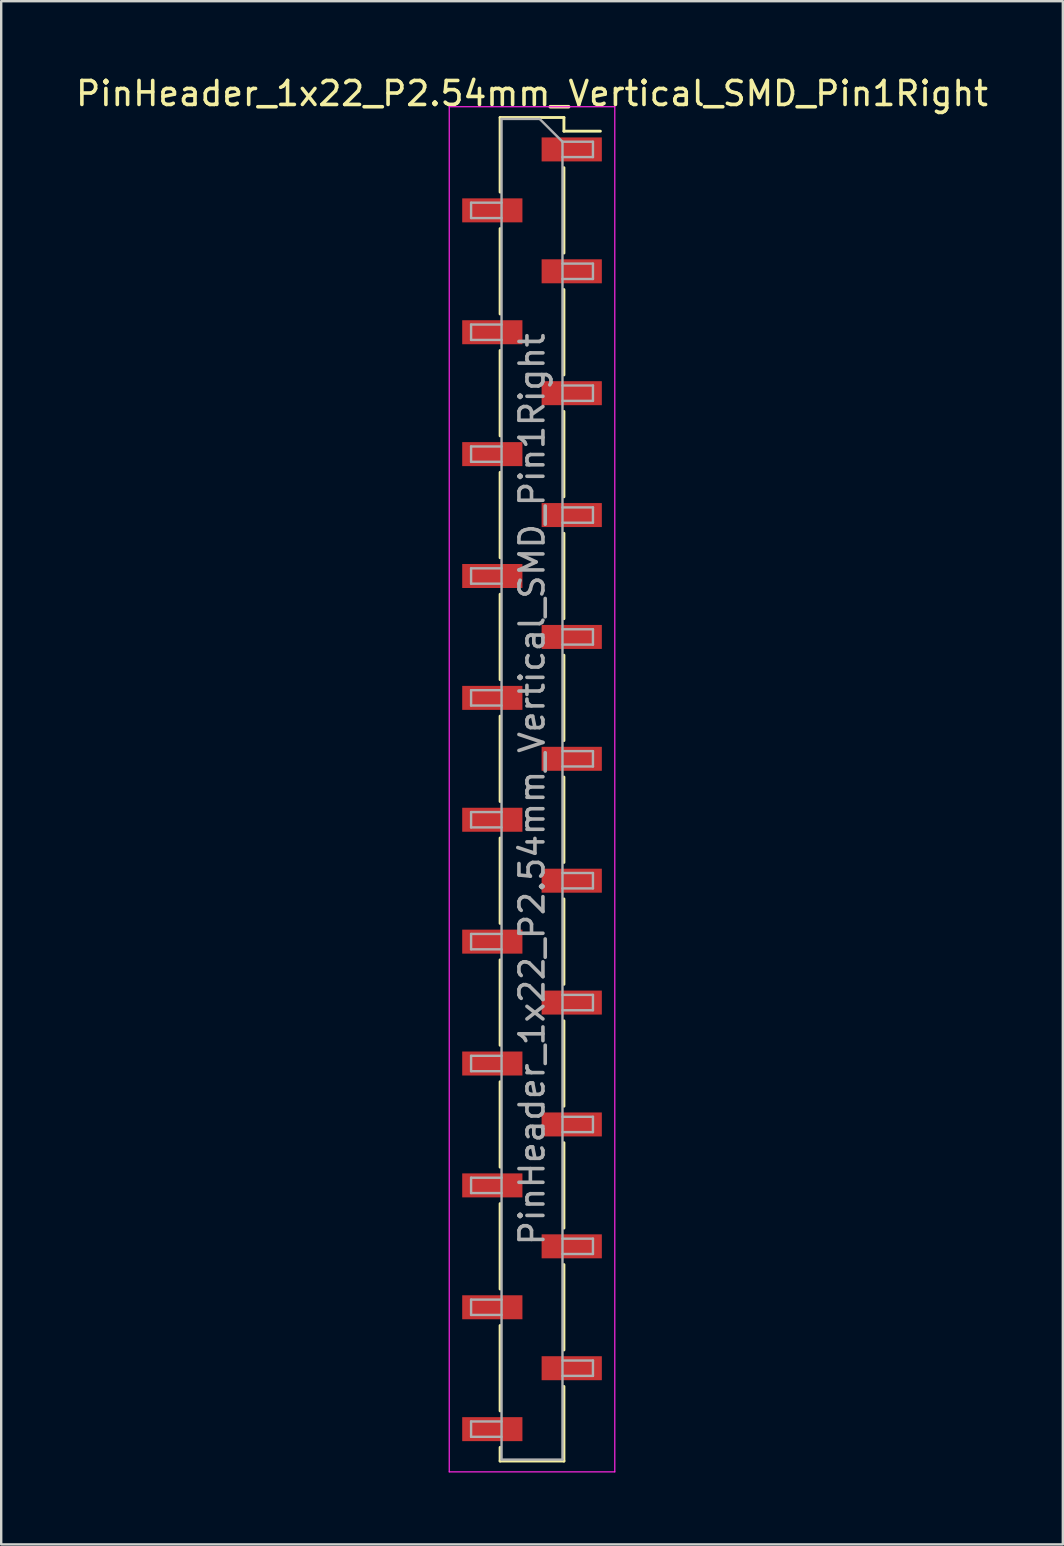
<source format=kicad_pcb>
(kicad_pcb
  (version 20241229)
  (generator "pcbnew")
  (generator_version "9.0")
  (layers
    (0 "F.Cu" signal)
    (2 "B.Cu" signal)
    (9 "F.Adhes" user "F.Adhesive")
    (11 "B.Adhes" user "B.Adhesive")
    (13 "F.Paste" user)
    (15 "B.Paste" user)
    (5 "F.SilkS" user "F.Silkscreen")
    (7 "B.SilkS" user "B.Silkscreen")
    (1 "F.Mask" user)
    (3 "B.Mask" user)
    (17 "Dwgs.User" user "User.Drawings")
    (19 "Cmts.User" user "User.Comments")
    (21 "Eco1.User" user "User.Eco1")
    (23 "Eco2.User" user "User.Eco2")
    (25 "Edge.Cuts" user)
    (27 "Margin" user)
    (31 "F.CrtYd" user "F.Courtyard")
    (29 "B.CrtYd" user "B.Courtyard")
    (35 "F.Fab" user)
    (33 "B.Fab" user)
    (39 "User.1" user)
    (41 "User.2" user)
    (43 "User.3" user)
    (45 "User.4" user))
  (footprint "PinHeader_1x22_P2.54mm_Vertical_SMD_Pin1Right"
    (layer "F.Cu")
    (at 19.125 29.848)
    (property "Reference" "PinHeader_1x22_P2.54mm_Vertical_SMD_Pin1Right" (at 0 -29 0) (layer "F.SilkS") (effects (font (size 1 1) (thickness 0.15))))
    (attr smd)
    (fp_line (start -1.33 -28) (end -1.33 -24.89) (stroke (width 0.12) (type solid)) (layer "F.SilkS"))
    (fp_line (start -1.33 -28) (end 1.33 -28) (stroke (width 0.12) (type solid)) (layer "F.SilkS"))
    (fp_line (start -1.33 -23.37) (end -1.33 -19.81) (stroke (width 0.12) (type solid)) (layer "F.SilkS"))
    (fp_line (start -1.33 -18.29) (end -1.33 -14.73) (stroke (width 0.12) (type solid)) (layer "F.SilkS"))
    (fp_line (start -1.33 -13.21) (end -1.33 -9.65) (stroke (width 0.12) (type solid)) (layer "F.SilkS"))
    (fp_line (start -1.33 -8.13) (end -1.33 -4.57) (stroke (width 0.12) (type solid)) (layer "F.SilkS"))
    (fp_line (start -1.33 -3.05) (end -1.33 0.51) (stroke (width 0.12) (type solid)) (layer "F.SilkS"))
    (fp_line (start -1.33 2.03) (end -1.33 5.59) (stroke (width 0.12) (type solid)) (layer "F.SilkS"))
    (fp_line (start -1.33 7.11) (end -1.33 10.67) (stroke (width 0.12) (type solid)) (layer "F.SilkS"))
    (fp_line (start -1.33 12.19) (end -1.33 15.75) (stroke (width 0.12) (type solid)) (layer "F.SilkS"))
    (fp_line (start -1.33 17.27) (end -1.33 20.83) (stroke (width 0.12) (type solid)) (layer "F.SilkS"))
    (fp_line (start -1.33 22.35) (end -1.33 25.91) (stroke (width 0.12) (type solid)) (layer "F.SilkS"))
    (fp_line (start -1.33 27.43) (end -1.33 28) (stroke (width 0.12) (type solid)) (layer "F.SilkS"))
    (fp_line (start -1.33 28) (end 1.33 28) (stroke (width 0.12) (type solid)) (layer "F.SilkS"))
    (fp_line (start 1.33 -28) (end 1.33 -27.43) (stroke (width 0.12) (type solid)) (layer "F.SilkS"))
    (fp_line (start 1.33 -27.43) (end 2.85 -27.43) (stroke (width 0.12) (type solid)) (layer "F.SilkS"))
    (fp_line (start 1.33 -25.91) (end 1.33 -22.35) (stroke (width 0.12) (type solid)) (layer "F.SilkS"))
    (fp_line (start 1.33 -20.83) (end 1.33 -17.27) (stroke (width 0.12) (type solid)) (layer "F.SilkS"))
    (fp_line (start 1.33 -15.75) (end 1.33 -12.19) (stroke (width 0.12) (type solid)) (layer "F.SilkS"))
    (fp_line (start 1.33 -10.67) (end 1.33 -7.11) (stroke (width 0.12) (type solid)) (layer "F.SilkS"))
    (fp_line (start 1.33 -5.59) (end 1.33 -2.03) (stroke (width 0.12) (type solid)) (layer "F.SilkS"))
    (fp_line (start 1.33 -0.51) (end 1.33 3.05) (stroke (width 0.12) (type solid)) (layer "F.SilkS"))
    (fp_line (start 1.33 4.57) (end 1.33 8.13) (stroke (width 0.12) (type solid)) (layer "F.SilkS"))
    (fp_line (start 1.33 9.65) (end 1.33 13.21) (stroke (width 0.12) (type solid)) (layer "F.SilkS"))
    (fp_line (start 1.33 14.73) (end 1.33 18.29) (stroke (width 0.12) (type solid)) (layer "F.SilkS"))
    (fp_line (start 1.33 19.81) (end 1.33 23.37) (stroke (width 0.12) (type solid)) (layer "F.SilkS"))
    (fp_line (start 1.33 24.89) (end 1.33 28) (stroke (width 0.12) (type solid)) (layer "F.SilkS"))
    (fp_line (start -3.45 -28.45) (end -3.45 28.45) (stroke (width 0.05) (type solid)) (layer "F.CrtYd"))
    (fp_line (start -3.45 28.45) (end 3.45 28.45) (stroke (width 0.05) (type solid)) (layer "F.CrtYd"))
    (fp_line (start 3.45 -28.45) (end -3.45 -28.45) (stroke (width 0.05) (type solid)) (layer "F.CrtYd"))
    (fp_line (start 3.45 28.45) (end 3.45 -28.45) (stroke (width 0.05) (type solid)) (layer "F.CrtYd"))
    (fp_line (start -2.54 -24.45) (end -2.54 -23.81) (stroke (width 0.1) (type solid)) (layer "F.Fab"))
    (fp_line (start -2.54 -23.81) (end -1.27 -23.81) (stroke (width 0.1) (type solid)) (layer "F.Fab"))
    (fp_line (start -2.54 -19.37) (end -2.54 -18.73) (stroke (width 0.1) (type solid)) (layer "F.Fab"))
    (fp_line (start -2.54 -18.73) (end -1.27 -18.73) (stroke (width 0.1) (type solid)) (layer "F.Fab"))
    (fp_line (start -2.54 -14.29) (end -2.54 -13.65) (stroke (width 0.1) (type solid)) (layer "F.Fab"))
    (fp_line (start -2.54 -13.65) (end -1.27 -13.65) (stroke (width 0.1) (type solid)) (layer "F.Fab"))
    (fp_line (start -2.54 -9.21) (end -2.54 -8.57) (stroke (width 0.1) (type solid)) (layer "F.Fab"))
    (fp_line (start -2.54 -8.57) (end -1.27 -8.57) (stroke (width 0.1) (type solid)) (layer "F.Fab"))
    (fp_line (start -2.54 -4.13) (end -2.54 -3.49) (stroke (width 0.1) (type solid)) (layer "F.Fab"))
    (fp_line (start -2.54 -3.49) (end -1.27 -3.49) (stroke (width 0.1) (type solid)) (layer "F.Fab"))
    (fp_line (start -2.54 0.95) (end -2.54 1.59) (stroke (width 0.1) (type solid)) (layer "F.Fab"))
    (fp_line (start -2.54 1.59) (end -1.27 1.59) (stroke (width 0.1) (type solid)) (layer "F.Fab"))
    (fp_line (start -2.54 6.03) (end -2.54 6.67) (stroke (width 0.1) (type solid)) (layer "F.Fab"))
    (fp_line (start -2.54 6.67) (end -1.27 6.67) (stroke (width 0.1) (type solid)) (layer "F.Fab"))
    (fp_line (start -2.54 11.11) (end -2.54 11.75) (stroke (width 0.1) (type solid)) (layer "F.Fab"))
    (fp_line (start -2.54 11.75) (end -1.27 11.75) (stroke (width 0.1) (type solid)) (layer "F.Fab"))
    (fp_line (start -2.54 16.19) (end -2.54 16.83) (stroke (width 0.1) (type solid)) (layer "F.Fab"))
    (fp_line (start -2.54 16.83) (end -1.27 16.83) (stroke (width 0.1) (type solid)) (layer "F.Fab"))
    (fp_line (start -2.54 21.27) (end -2.54 21.91) (stroke (width 0.1) (type solid)) (layer "F.Fab"))
    (fp_line (start -2.54 21.91) (end -1.27 21.91) (stroke (width 0.1) (type solid)) (layer "F.Fab"))
    (fp_line (start -2.54 26.35) (end -2.54 26.99) (stroke (width 0.1) (type solid)) (layer "F.Fab"))
    (fp_line (start -2.54 26.99) (end -1.27 26.99) (stroke (width 0.1) (type solid)) (layer "F.Fab"))
    (fp_line (start -1.27 -27.94) (end -1.27 27.94) (stroke (width 0.1) (type solid)) (layer "F.Fab"))
    (fp_line (start -1.27 -27.94) (end 0.32 -27.94) (stroke (width 0.1) (type solid)) (layer "F.Fab"))
    (fp_line (start -1.27 -24.45) (end -2.54 -24.45) (stroke (width 0.1) (type solid)) (layer "F.Fab"))
    (fp_line (start -1.27 -19.37) (end -2.54 -19.37) (stroke (width 0.1) (type solid)) (layer "F.Fab"))
    (fp_line (start -1.27 -14.29) (end -2.54 -14.29) (stroke (width 0.1) (type solid)) (layer "F.Fab"))
    (fp_line (start -1.27 -9.21) (end -2.54 -9.21) (stroke (width 0.1) (type solid)) (layer "F.Fab"))
    (fp_line (start -1.27 -4.13) (end -2.54 -4.13) (stroke (width 0.1) (type solid)) (layer "F.Fab"))
    (fp_line (start -1.27 0.95) (end -2.54 0.95) (stroke (width 0.1) (type solid)) (layer "F.Fab"))
    (fp_line (start -1.27 6.03) (end -2.54 6.03) (stroke (width 0.1) (type solid)) (layer "F.Fab"))
    (fp_line (start -1.27 11.11) (end -2.54 11.11) (stroke (width 0.1) (type solid)) (layer "F.Fab"))
    (fp_line (start -1.27 16.19) (end -2.54 16.19) (stroke (width 0.1) (type solid)) (layer "F.Fab"))
    (fp_line (start -1.27 21.27) (end -2.54 21.27) (stroke (width 0.1) (type solid)) (layer "F.Fab"))
    (fp_line (start -1.27 26.35) (end -2.54 26.35) (stroke (width 0.1) (type solid)) (layer "F.Fab"))
    (fp_line (start 1.27 -26.99) (end 0.32 -27.94) (stroke (width 0.1) (type solid)) (layer "F.Fab"))
    (fp_line (start 1.27 -26.99) (end 2.54 -26.99) (stroke (width 0.1) (type solid)) (layer "F.Fab"))
    (fp_line (start 1.27 -21.91) (end 2.54 -21.91) (stroke (width 0.1) (type solid)) (layer "F.Fab"))
    (fp_line (start 1.27 -16.83) (end 2.54 -16.83) (stroke (width 0.1) (type solid)) (layer "F.Fab"))
    (fp_line (start 1.27 -11.75) (end 2.54 -11.75) (stroke (width 0.1) (type solid)) (layer "F.Fab"))
    (fp_line (start 1.27 -6.67) (end 2.54 -6.67) (stroke (width 0.1) (type solid)) (layer "F.Fab"))
    (fp_line (start 1.27 -1.59) (end 2.54 -1.59) (stroke (width 0.1) (type solid)) (layer "F.Fab"))
    (fp_line (start 1.27 3.49) (end 2.54 3.49) (stroke (width 0.1) (type solid)) (layer "F.Fab"))
    (fp_line (start 1.27 8.57) (end 2.54 8.57) (stroke (width 0.1) (type solid)) (layer "F.Fab"))
    (fp_line (start 1.27 13.65) (end 2.54 13.65) (stroke (width 0.1) (type solid)) (layer "F.Fab"))
    (fp_line (start 1.27 18.73) (end 2.54 18.73) (stroke (width 0.1) (type solid)) (layer "F.Fab"))
    (fp_line (start 1.27 23.81) (end 2.54 23.81) (stroke (width 0.1) (type solid)) (layer "F.Fab"))
    (fp_line (start 1.27 27.94) (end -1.27 27.94) (stroke (width 0.1) (type solid)) (layer "F.Fab"))
    (fp_line (start 1.27 27.94) (end 1.27 -26.99) (stroke (width 0.1) (type solid)) (layer "F.Fab"))
    (fp_line (start 2.54 -26.99) (end 2.54 -26.35) (stroke (width 0.1) (type solid)) (layer "F.Fab"))
    (fp_line (start 2.54 -26.35) (end 1.27 -26.35) (stroke (width 0.1) (type solid)) (layer "F.Fab"))
    (fp_line (start 2.54 -21.91) (end 2.54 -21.27) (stroke (width 0.1) (type solid)) (layer "F.Fab"))
    (fp_line (start 2.54 -21.27) (end 1.27 -21.27) (stroke (width 0.1) (type solid)) (layer "F.Fab"))
    (fp_line (start 2.54 -16.83) (end 2.54 -16.19) (stroke (width 0.1) (type solid)) (layer "F.Fab"))
    (fp_line (start 2.54 -16.19) (end 1.27 -16.19) (stroke (width 0.1) (type solid)) (layer "F.Fab"))
    (fp_line (start 2.54 -11.75) (end 2.54 -11.11) (stroke (width 0.1) (type solid)) (layer "F.Fab"))
    (fp_line (start 2.54 -11.11) (end 1.27 -11.11) (stroke (width 0.1) (type solid)) (layer "F.Fab"))
    (fp_line (start 2.54 -6.67) (end 2.54 -6.03) (stroke (width 0.1) (type solid)) (layer "F.Fab"))
    (fp_line (start 2.54 -6.03) (end 1.27 -6.03) (stroke (width 0.1) (type solid)) (layer "F.Fab"))
    (fp_line (start 2.54 -1.59) (end 2.54 -0.95) (stroke (width 0.1) (type solid)) (layer "F.Fab"))
    (fp_line (start 2.54 -0.95) (end 1.27 -0.95) (stroke (width 0.1) (type solid)) (layer "F.Fab"))
    (fp_line (start 2.54 3.49) (end 2.54 4.13) (stroke (width 0.1) (type solid)) (layer "F.Fab"))
    (fp_line (start 2.54 4.13) (end 1.27 4.13) (stroke (width 0.1) (type solid)) (layer "F.Fab"))
    (fp_line (start 2.54 8.57) (end 2.54 9.21) (stroke (width 0.1) (type solid)) (layer "F.Fab"))
    (fp_line (start 2.54 9.21) (end 1.27 9.21) (stroke (width 0.1) (type solid)) (layer "F.Fab"))
    (fp_line (start 2.54 13.65) (end 2.54 14.29) (stroke (width 0.1) (type solid)) (layer "F.Fab"))
    (fp_line (start 2.54 14.29) (end 1.27 14.29) (stroke (width 0.1) (type solid)) (layer "F.Fab"))
    (fp_line (start 2.54 18.73) (end 2.54 19.37) (stroke (width 0.1) (type solid)) (layer "F.Fab"))
    (fp_line (start 2.54 19.37) (end 1.27 19.37) (stroke (width 0.1) (type solid)) (layer "F.Fab"))
    (fp_line (start 2.54 23.81) (end 2.54 24.45) (stroke (width 0.1) (type solid)) (layer "F.Fab"))
    (fp_line (start 2.54 24.45) (end 1.27 24.45) (stroke (width 0.1) (type solid)) (layer "F.Fab"))
    (fp_text user "${REFERENCE}" (at 0 0 90) (layer "F.Fab") (effects (font (size 1 1) (thickness 0.15))))
    (pad "1" smd rect (at 1.655 -26.67) (size 2.51 1) (layers "F.Cu" "F.Mask" "F.Paste"))
    (pad "2" smd rect (at -1.655 -24.13) (size 2.51 1) (layers "F.Cu" "F.Mask" "F.Paste"))
    (pad "3" smd rect (at 1.655 -21.59) (size 2.51 1) (layers "F.Cu" "F.Mask" "F.Paste"))
    (pad "4" smd rect (at -1.655 -19.05) (size 2.51 1) (layers "F.Cu" "F.Mask" "F.Paste"))
    (pad "5" smd rect (at 1.655 -16.51) (size 2.51 1) (layers "F.Cu" "F.Mask" "F.Paste"))
    (pad "6" smd rect (at -1.655 -13.97) (size 2.51 1) (layers "F.Cu" "F.Mask" "F.Paste"))
    (pad "7" smd rect (at 1.655 -11.43) (size 2.51 1) (layers "F.Cu" "F.Mask" "F.Paste"))
    (pad "8" smd rect (at -1.655 -8.89) (size 2.51 1) (layers "F.Cu" "F.Mask" "F.Paste"))
    (pad "9" smd rect (at 1.655 -6.35) (size 2.51 1) (layers "F.Cu" "F.Mask" "F.Paste"))
    (pad "10" smd rect (at -1.655 -3.81) (size 2.51 1) (layers "F.Cu" "F.Mask" "F.Paste"))
    (pad "11" smd rect (at 1.655 -1.27) (size 2.51 1) (layers "F.Cu" "F.Mask" "F.Paste"))
    (pad "12" smd rect (at -1.655 1.27) (size 2.51 1) (layers "F.Cu" "F.Mask" "F.Paste"))
    (pad "13" smd rect (at 1.655 3.81) (size 2.51 1) (layers "F.Cu" "F.Mask" "F.Paste"))
    (pad "14" smd rect (at -1.655 6.35) (size 2.51 1) (layers "F.Cu" "F.Mask" "F.Paste"))
    (pad "15" smd rect (at 1.655 8.89) (size 2.51 1) (layers "F.Cu" "F.Mask" "F.Paste"))
    (pad "16" smd rect (at -1.655 11.43) (size 2.51 1) (layers "F.Cu" "F.Mask" "F.Paste"))
    (pad "17" smd rect (at 1.655 13.97) (size 2.51 1) (layers "F.Cu" "F.Mask" "F.Paste"))
    (pad "18" smd rect (at -1.655 16.51) (size 2.51 1) (layers "F.Cu" "F.Mask" "F.Paste"))
    (pad "19" smd rect (at 1.655 19.05) (size 2.51 1) (layers "F.Cu" "F.Mask" "F.Paste"))
    (pad "20" smd rect (at -1.655 21.59) (size 2.51 1) (layers "F.Cu" "F.Mask" "F.Paste"))
    (pad "21" smd rect (at 1.655 24.13) (size 2.51 1) (layers "F.Cu" "F.Mask" "F.Paste"))
    (pad "22" smd rect (at -1.655 26.67) (size 2.51 1) (layers "F.Cu" "F.Mask" "F.Paste")))
  (gr_rect
    (start -3 -3)
    (end 41.25 61.323)
    (stroke (width 0.1) (type default))
    (fill no)
    (layer "Edge.Cuts")))
</source>
